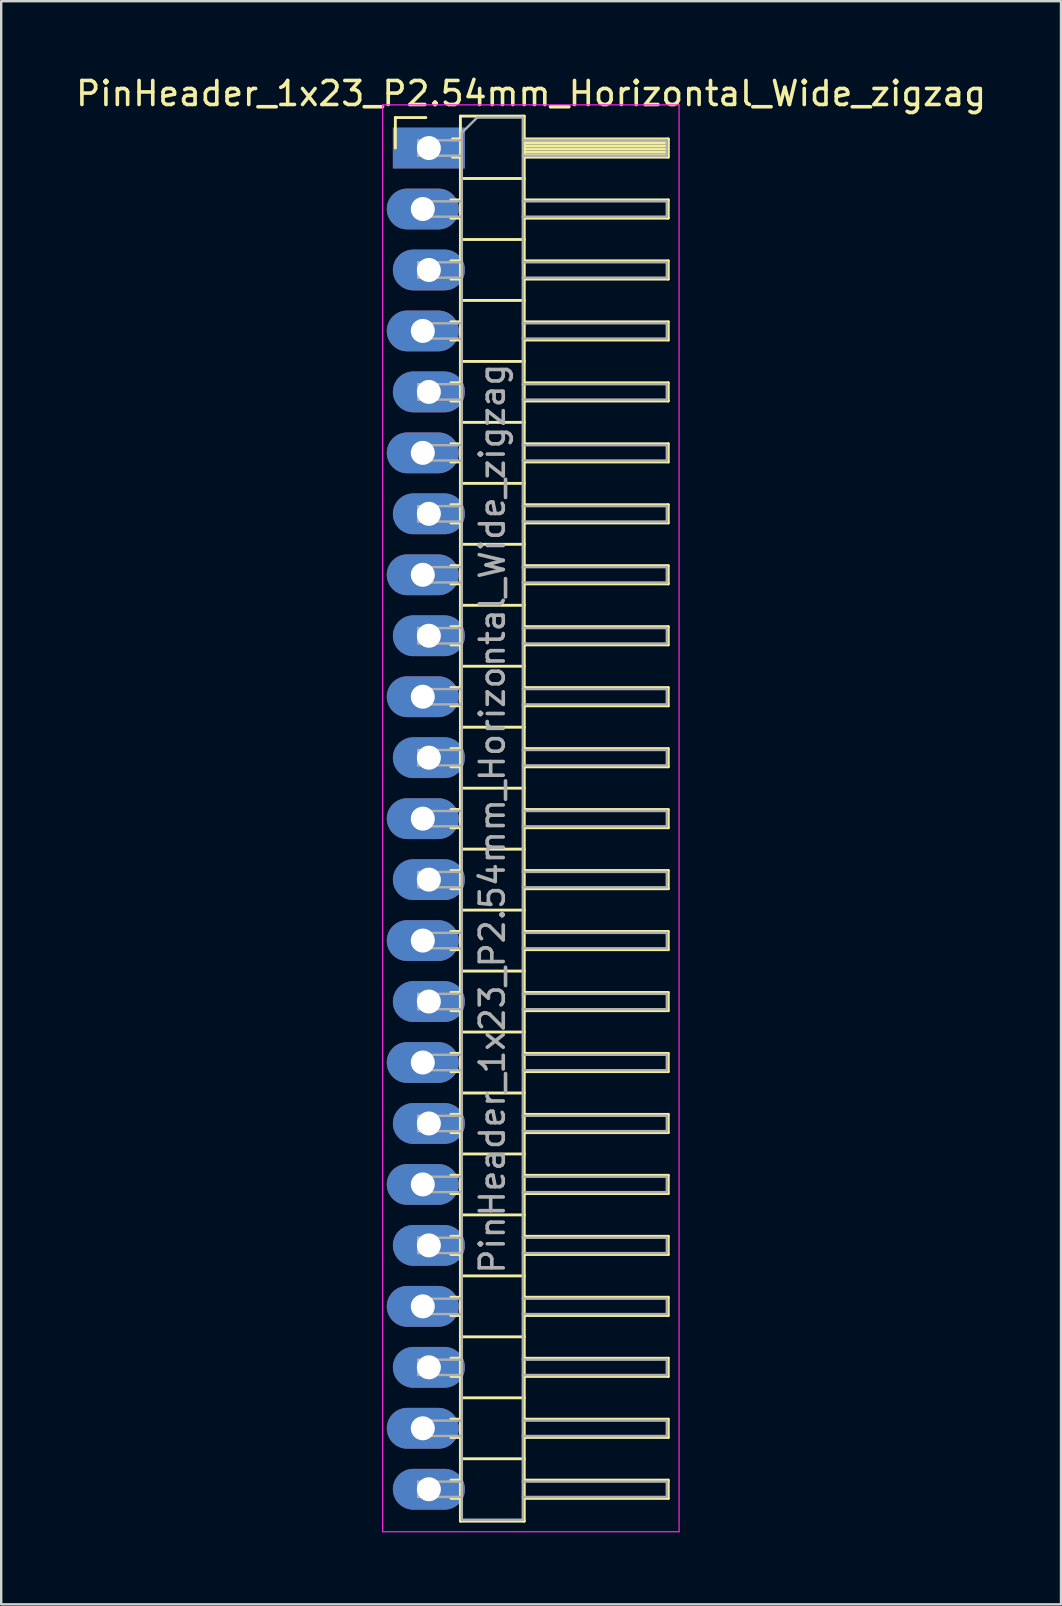
<source format=kicad_pcb>
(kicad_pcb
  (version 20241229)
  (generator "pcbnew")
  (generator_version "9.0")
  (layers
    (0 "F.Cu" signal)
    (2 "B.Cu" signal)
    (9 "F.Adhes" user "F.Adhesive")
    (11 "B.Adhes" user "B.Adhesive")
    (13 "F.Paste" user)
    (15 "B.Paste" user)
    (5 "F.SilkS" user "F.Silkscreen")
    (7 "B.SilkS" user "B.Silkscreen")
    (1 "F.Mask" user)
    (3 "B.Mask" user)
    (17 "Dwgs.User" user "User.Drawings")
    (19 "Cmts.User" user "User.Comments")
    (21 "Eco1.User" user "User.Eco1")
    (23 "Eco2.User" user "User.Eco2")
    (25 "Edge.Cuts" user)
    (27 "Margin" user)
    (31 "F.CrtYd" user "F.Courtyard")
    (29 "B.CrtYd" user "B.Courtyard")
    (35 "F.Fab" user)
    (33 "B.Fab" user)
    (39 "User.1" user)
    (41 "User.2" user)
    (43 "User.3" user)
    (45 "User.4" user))
  (footprint "PinHeader_1x23_P2.54mm_Horizontal_Wide_zigzag"
    (layer "F.Cu")
    (at 14.692 3.118)
    (property "Reference" "PinHeader_1x23_P2.54mm_Horizontal_Wide_zigzag" (at 4.385 -2.27 0) (layer "F.SilkS") (effects (font (size 1 1) (thickness 0.15))))
    (attr through_hole)
    (fp_line (start -1.27 -1.27) (end 0 -1.27) (stroke (width 0.12) (type solid)) (layer "F.SilkS"))
    (fp_line (start -1.27 0) (end -1.27 -1.27) (stroke (width 0.12) (type solid)) (layer "F.SilkS"))
    (fp_line (start 1.043 2.16) (end 1.44 2.16) (stroke (width 0.12) (type solid)) (layer "F.SilkS"))
    (fp_line (start 1.043 2.92) (end 1.44 2.92) (stroke (width 0.12) (type solid)) (layer "F.SilkS"))
    (fp_line (start 1.043 4.7) (end 1.44 4.7) (stroke (width 0.12) (type solid)) (layer "F.SilkS"))
    (fp_line (start 1.043 5.46) (end 1.44 5.46) (stroke (width 0.12) (type solid)) (layer "F.SilkS"))
    (fp_line (start 1.043 7.24) (end 1.44 7.24) (stroke (width 0.12) (type solid)) (layer "F.SilkS"))
    (fp_line (start 1.043 8) (end 1.44 8) (stroke (width 0.12) (type solid)) (layer "F.SilkS"))
    (fp_line (start 1.043 9.78) (end 1.44 9.78) (stroke (width 0.12) (type solid)) (layer "F.SilkS"))
    (fp_line (start 1.043 10.54) (end 1.44 10.54) (stroke (width 0.12) (type solid)) (layer "F.SilkS"))
    (fp_line (start 1.043 12.32) (end 1.44 12.32) (stroke (width 0.12) (type solid)) (layer "F.SilkS"))
    (fp_line (start 1.043 13.08) (end 1.44 13.08) (stroke (width 0.12) (type solid)) (layer "F.SilkS"))
    (fp_line (start 1.043 14.86) (end 1.44 14.86) (stroke (width 0.12) (type solid)) (layer "F.SilkS"))
    (fp_line (start 1.043 15.62) (end 1.44 15.62) (stroke (width 0.12) (type solid)) (layer "F.SilkS"))
    (fp_line (start 1.043 17.4) (end 1.44 17.4) (stroke (width 0.12) (type solid)) (layer "F.SilkS"))
    (fp_line (start 1.043 18.16) (end 1.44 18.16) (stroke (width 0.12) (type solid)) (layer "F.SilkS"))
    (fp_line (start 1.043 19.94) (end 1.44 19.94) (stroke (width 0.12) (type solid)) (layer "F.SilkS"))
    (fp_line (start 1.043 20.7) (end 1.44 20.7) (stroke (width 0.12) (type solid)) (layer "F.SilkS"))
    (fp_line (start 1.043 22.48) (end 1.44 22.48) (stroke (width 0.12) (type solid)) (layer "F.SilkS"))
    (fp_line (start 1.043 23.24) (end 1.44 23.24) (stroke (width 0.12) (type solid)) (layer "F.SilkS"))
    (fp_line (start 1.043 25.02) (end 1.44 25.02) (stroke (width 0.12) (type solid)) (layer "F.SilkS"))
    (fp_line (start 1.043 25.78) (end 1.44 25.78) (stroke (width 0.12) (type solid)) (layer "F.SilkS"))
    (fp_line (start 1.043 27.56) (end 1.44 27.56) (stroke (width 0.12) (type solid)) (layer "F.SilkS"))
    (fp_line (start 1.043 28.32) (end 1.44 28.32) (stroke (width 0.12) (type solid)) (layer "F.SilkS"))
    (fp_line (start 1.043 30.1) (end 1.44 30.1) (stroke (width 0.12) (type solid)) (layer "F.SilkS"))
    (fp_line (start 1.043 30.86) (end 1.44 30.86) (stroke (width 0.12) (type solid)) (layer "F.SilkS"))
    (fp_line (start 1.043 32.64) (end 1.44 32.64) (stroke (width 0.12) (type solid)) (layer "F.SilkS"))
    (fp_line (start 1.043 33.4) (end 1.44 33.4) (stroke (width 0.12) (type solid)) (layer "F.SilkS"))
    (fp_line (start 1.043 35.18) (end 1.44 35.18) (stroke (width 0.12) (type solid)) (layer "F.SilkS"))
    (fp_line (start 1.043 35.94) (end 1.44 35.94) (stroke (width 0.12) (type solid)) (layer "F.SilkS"))
    (fp_line (start 1.043 37.72) (end 1.44 37.72) (stroke (width 0.12) (type solid)) (layer "F.SilkS"))
    (fp_line (start 1.043 38.48) (end 1.44 38.48) (stroke (width 0.12) (type solid)) (layer "F.SilkS"))
    (fp_line (start 1.043 40.26) (end 1.44 40.26) (stroke (width 0.12) (type solid)) (layer "F.SilkS"))
    (fp_line (start 1.043 41.02) (end 1.44 41.02) (stroke (width 0.12) (type solid)) (layer "F.SilkS"))
    (fp_line (start 1.043 42.8) (end 1.44 42.8) (stroke (width 0.12) (type solid)) (layer "F.SilkS"))
    (fp_line (start 1.043 43.56) (end 1.44 43.56) (stroke (width 0.12) (type solid)) (layer "F.SilkS"))
    (fp_line (start 1.043 45.34) (end 1.44 45.34) (stroke (width 0.12) (type solid)) (layer "F.SilkS"))
    (fp_line (start 1.043 46.1) (end 1.44 46.1) (stroke (width 0.12) (type solid)) (layer "F.SilkS"))
    (fp_line (start 1.043 47.88) (end 1.44 47.88) (stroke (width 0.12) (type solid)) (layer "F.SilkS"))
    (fp_line (start 1.043 48.64) (end 1.44 48.64) (stroke (width 0.12) (type solid)) (layer "F.SilkS"))
    (fp_line (start 1.043 50.42) (end 1.44 50.42) (stroke (width 0.12) (type solid)) (layer "F.SilkS"))
    (fp_line (start 1.043 51.18) (end 1.44 51.18) (stroke (width 0.12) (type solid)) (layer "F.SilkS"))
    (fp_line (start 1.043 52.96) (end 1.44 52.96) (stroke (width 0.12) (type solid)) (layer "F.SilkS"))
    (fp_line (start 1.043 53.72) (end 1.44 53.72) (stroke (width 0.12) (type solid)) (layer "F.SilkS"))
    (fp_line (start 1.043 55.5) (end 1.44 55.5) (stroke (width 0.12) (type solid)) (layer "F.SilkS"))
    (fp_line (start 1.043 56.26) (end 1.44 56.26) (stroke (width 0.12) (type solid)) (layer "F.SilkS"))
    (fp_line (start 1.11 -0.38) (end 1.44 -0.38) (stroke (width 0.12) (type solid)) (layer "F.SilkS"))
    (fp_line (start 1.11 0.38) (end 1.44 0.38) (stroke (width 0.12) (type solid)) (layer "F.SilkS"))
    (fp_line (start 1.44 -1.33) (end 1.44 57.21) (stroke (width 0.12) (type solid)) (layer "F.SilkS"))
    (fp_line (start 1.44 1.27) (end 4.1 1.27) (stroke (width 0.12) (type solid)) (layer "F.SilkS"))
    (fp_line (start 1.44 3.81) (end 4.1 3.81) (stroke (width 0.12) (type solid)) (layer "F.SilkS"))
    (fp_line (start 1.44 6.35) (end 4.1 6.35) (stroke (width 0.12) (type solid)) (layer "F.SilkS"))
    (fp_line (start 1.44 8.89) (end 4.1 8.89) (stroke (width 0.12) (type solid)) (layer "F.SilkS"))
    (fp_line (start 1.44 11.43) (end 4.1 11.43) (stroke (width 0.12) (type solid)) (layer "F.SilkS"))
    (fp_line (start 1.44 13.97) (end 4.1 13.97) (stroke (width 0.12) (type solid)) (layer "F.SilkS"))
    (fp_line (start 1.44 16.51) (end 4.1 16.51) (stroke (width 0.12) (type solid)) (layer "F.SilkS"))
    (fp_line (start 1.44 19.05) (end 4.1 19.05) (stroke (width 0.12) (type solid)) (layer "F.SilkS"))
    (fp_line (start 1.44 21.59) (end 4.1 21.59) (stroke (width 0.12) (type solid)) (layer "F.SilkS"))
    (fp_line (start 1.44 24.13) (end 4.1 24.13) (stroke (width 0.12) (type solid)) (layer "F.SilkS"))
    (fp_line (start 1.44 26.67) (end 4.1 26.67) (stroke (width 0.12) (type solid)) (layer "F.SilkS"))
    (fp_line (start 1.44 29.21) (end 4.1 29.21) (stroke (width 0.12) (type solid)) (layer "F.SilkS"))
    (fp_line (start 1.44 31.75) (end 4.1 31.75) (stroke (width 0.12) (type solid)) (layer "F.SilkS"))
    (fp_line (start 1.44 34.29) (end 4.1 34.29) (stroke (width 0.12) (type solid)) (layer "F.SilkS"))
    (fp_line (start 1.44 36.83) (end 4.1 36.83) (stroke (width 0.12) (type solid)) (layer "F.SilkS"))
    (fp_line (start 1.44 39.37) (end 4.1 39.37) (stroke (width 0.12) (type solid)) (layer "F.SilkS"))
    (fp_line (start 1.44 41.91) (end 4.1 41.91) (stroke (width 0.12) (type solid)) (layer "F.SilkS"))
    (fp_line (start 1.44 44.45) (end 4.1 44.45) (stroke (width 0.12) (type solid)) (layer "F.SilkS"))
    (fp_line (start 1.44 46.99) (end 4.1 46.99) (stroke (width 0.12) (type solid)) (layer "F.SilkS"))
    (fp_line (start 1.44 49.53) (end 4.1 49.53) (stroke (width 0.12) (type solid)) (layer "F.SilkS"))
    (fp_line (start 1.44 52.07) (end 4.1 52.07) (stroke (width 0.12) (type solid)) (layer "F.SilkS"))
    (fp_line (start 1.44 54.61) (end 4.1 54.61) (stroke (width 0.12) (type solid)) (layer "F.SilkS"))
    (fp_line (start 1.44 57.21) (end 4.1 57.21) (stroke (width 0.12) (type solid)) (layer "F.SilkS"))
    (fp_line (start 4.1 -1.33) (end 1.44 -1.33) (stroke (width 0.12) (type solid)) (layer "F.SilkS"))
    (fp_line (start 4.1 -0.38) (end 10.1 -0.38) (stroke (width 0.12) (type solid)) (layer "F.SilkS"))
    (fp_line (start 4.1 -0.32) (end 10.1 -0.32) (stroke (width 0.12) (type solid)) (layer "F.SilkS"))
    (fp_line (start 4.1 -0.2) (end 10.1 -0.2) (stroke (width 0.12) (type solid)) (layer "F.SilkS"))
    (fp_line (start 4.1 -0.08) (end 10.1 -0.08) (stroke (width 0.12) (type solid)) (layer "F.SilkS"))
    (fp_line (start 4.1 0.04) (end 10.1 0.04) (stroke (width 0.12) (type solid)) (layer "F.SilkS"))
    (fp_line (start 4.1 0.16) (end 10.1 0.16) (stroke (width 0.12) (type solid)) (layer "F.SilkS"))
    (fp_line (start 4.1 0.28) (end 10.1 0.28) (stroke (width 0.12) (type solid)) (layer "F.SilkS"))
    (fp_line (start 4.1 2.16) (end 10.1 2.16) (stroke (width 0.12) (type solid)) (layer "F.SilkS"))
    (fp_line (start 4.1 4.7) (end 10.1 4.7) (stroke (width 0.12) (type solid)) (layer "F.SilkS"))
    (fp_line (start 4.1 7.24) (end 10.1 7.24) (stroke (width 0.12) (type solid)) (layer "F.SilkS"))
    (fp_line (start 4.1 9.78) (end 10.1 9.78) (stroke (width 0.12) (type solid)) (layer "F.SilkS"))
    (fp_line (start 4.1 12.32) (end 10.1 12.32) (stroke (width 0.12) (type solid)) (layer "F.SilkS"))
    (fp_line (start 4.1 14.86) (end 10.1 14.86) (stroke (width 0.12) (type solid)) (layer "F.SilkS"))
    (fp_line (start 4.1 17.4) (end 10.1 17.4) (stroke (width 0.12) (type solid)) (layer "F.SilkS"))
    (fp_line (start 4.1 19.94) (end 10.1 19.94) (stroke (width 0.12) (type solid)) (layer "F.SilkS"))
    (fp_line (start 4.1 22.48) (end 10.1 22.48) (stroke (width 0.12) (type solid)) (layer "F.SilkS"))
    (fp_line (start 4.1 25.02) (end 10.1 25.02) (stroke (width 0.12) (type solid)) (layer "F.SilkS"))
    (fp_line (start 4.1 27.56) (end 10.1 27.56) (stroke (width 0.12) (type solid)) (layer "F.SilkS"))
    (fp_line (start 4.1 30.1) (end 10.1 30.1) (stroke (width 0.12) (type solid)) (layer "F.SilkS"))
    (fp_line (start 4.1 32.64) (end 10.1 32.64) (stroke (width 0.12) (type solid)) (layer "F.SilkS"))
    (fp_line (start 4.1 35.18) (end 10.1 35.18) (stroke (width 0.12) (type solid)) (layer "F.SilkS"))
    (fp_line (start 4.1 37.72) (end 10.1 37.72) (stroke (width 0.12) (type solid)) (layer "F.SilkS"))
    (fp_line (start 4.1 40.26) (end 10.1 40.26) (stroke (width 0.12) (type solid)) (layer "F.SilkS"))
    (fp_line (start 4.1 42.8) (end 10.1 42.8) (stroke (width 0.12) (type solid)) (layer "F.SilkS"))
    (fp_line (start 4.1 45.34) (end 10.1 45.34) (stroke (width 0.12) (type solid)) (layer "F.SilkS"))
    (fp_line (start 4.1 47.88) (end 10.1 47.88) (stroke (width 0.12) (type solid)) (layer "F.SilkS"))
    (fp_line (start 4.1 50.42) (end 10.1 50.42) (stroke (width 0.12) (type solid)) (layer "F.SilkS"))
    (fp_line (start 4.1 52.96) (end 10.1 52.96) (stroke (width 0.12) (type solid)) (layer "F.SilkS"))
    (fp_line (start 4.1 55.5) (end 10.1 55.5) (stroke (width 0.12) (type solid)) (layer "F.SilkS"))
    (fp_line (start 4.1 57.21) (end 4.1 -1.33) (stroke (width 0.12) (type solid)) (layer "F.SilkS"))
    (fp_line (start 10.1 -0.38) (end 10.1 0.38) (stroke (width 0.12) (type solid)) (layer "F.SilkS"))
    (fp_line (start 10.1 0.38) (end 4.1 0.38) (stroke (width 0.12) (type solid)) (layer "F.SilkS"))
    (fp_line (start 10.1 2.16) (end 10.1 2.92) (stroke (width 0.12) (type solid)) (layer "F.SilkS"))
    (fp_line (start 10.1 2.92) (end 4.1 2.92) (stroke (width 0.12) (type solid)) (layer "F.SilkS"))
    (fp_line (start 10.1 4.7) (end 10.1 5.46) (stroke (width 0.12) (type solid)) (layer "F.SilkS"))
    (fp_line (start 10.1 5.46) (end 4.1 5.46) (stroke (width 0.12) (type solid)) (layer "F.SilkS"))
    (fp_line (start 10.1 7.24) (end 10.1 8) (stroke (width 0.12) (type solid)) (layer "F.SilkS"))
    (fp_line (start 10.1 8) (end 4.1 8) (stroke (width 0.12) (type solid)) (layer "F.SilkS"))
    (fp_line (start 10.1 9.78) (end 10.1 10.54) (stroke (width 0.12) (type solid)) (layer "F.SilkS"))
    (fp_line (start 10.1 10.54) (end 4.1 10.54) (stroke (width 0.12) (type solid)) (layer "F.SilkS"))
    (fp_line (start 10.1 12.32) (end 10.1 13.08) (stroke (width 0.12) (type solid)) (layer "F.SilkS"))
    (fp_line (start 10.1 13.08) (end 4.1 13.08) (stroke (width 0.12) (type solid)) (layer "F.SilkS"))
    (fp_line (start 10.1 14.86) (end 10.1 15.62) (stroke (width 0.12) (type solid)) (layer "F.SilkS"))
    (fp_line (start 10.1 15.62) (end 4.1 15.62) (stroke (width 0.12) (type solid)) (layer "F.SilkS"))
    (fp_line (start 10.1 17.4) (end 10.1 18.16) (stroke (width 0.12) (type solid)) (layer "F.SilkS"))
    (fp_line (start 10.1 18.16) (end 4.1 18.16) (stroke (width 0.12) (type solid)) (layer "F.SilkS"))
    (fp_line (start 10.1 19.94) (end 10.1 20.7) (stroke (width 0.12) (type solid)) (layer "F.SilkS"))
    (fp_line (start 10.1 20.7) (end 4.1 20.7) (stroke (width 0.12) (type solid)) (layer "F.SilkS"))
    (fp_line (start 10.1 22.48) (end 10.1 23.24) (stroke (width 0.12) (type solid)) (layer "F.SilkS"))
    (fp_line (start 10.1 23.24) (end 4.1 23.24) (stroke (width 0.12) (type solid)) (layer "F.SilkS"))
    (fp_line (start 10.1 25.02) (end 10.1 25.78) (stroke (width 0.12) (type solid)) (layer "F.SilkS"))
    (fp_line (start 10.1 25.78) (end 4.1 25.78) (stroke (width 0.12) (type solid)) (layer "F.SilkS"))
    (fp_line (start 10.1 27.56) (end 10.1 28.32) (stroke (width 0.12) (type solid)) (layer "F.SilkS"))
    (fp_line (start 10.1 28.32) (end 4.1 28.32) (stroke (width 0.12) (type solid)) (layer "F.SilkS"))
    (fp_line (start 10.1 30.1) (end 10.1 30.86) (stroke (width 0.12) (type solid)) (layer "F.SilkS"))
    (fp_line (start 10.1 30.86) (end 4.1 30.86) (stroke (width 0.12) (type solid)) (layer "F.SilkS"))
    (fp_line (start 10.1 32.64) (end 10.1 33.4) (stroke (width 0.12) (type solid)) (layer "F.SilkS"))
    (fp_line (start 10.1 33.4) (end 4.1 33.4) (stroke (width 0.12) (type solid)) (layer "F.SilkS"))
    (fp_line (start 10.1 35.18) (end 10.1 35.94) (stroke (width 0.12) (type solid)) (layer "F.SilkS"))
    (fp_line (start 10.1 35.94) (end 4.1 35.94) (stroke (width 0.12) (type solid)) (layer "F.SilkS"))
    (fp_line (start 10.1 37.72) (end 10.1 38.48) (stroke (width 0.12) (type solid)) (layer "F.SilkS"))
    (fp_line (start 10.1 38.48) (end 4.1 38.48) (stroke (width 0.12) (type solid)) (layer "F.SilkS"))
    (fp_line (start 10.1 40.26) (end 10.1 41.02) (stroke (width 0.12) (type solid)) (layer "F.SilkS"))
    (fp_line (start 10.1 41.02) (end 4.1 41.02) (stroke (width 0.12) (type solid)) (layer "F.SilkS"))
    (fp_line (start 10.1 42.8) (end 10.1 43.56) (stroke (width 0.12) (type solid)) (layer "F.SilkS"))
    (fp_line (start 10.1 43.56) (end 4.1 43.56) (stroke (width 0.12) (type solid)) (layer "F.SilkS"))
    (fp_line (start 10.1 45.34) (end 10.1 46.1) (stroke (width 0.12) (type solid)) (layer "F.SilkS"))
    (fp_line (start 10.1 46.1) (end 4.1 46.1) (stroke (width 0.12) (type solid)) (layer "F.SilkS"))
    (fp_line (start 10.1 47.88) (end 10.1 48.64) (stroke (width 0.12) (type solid)) (layer "F.SilkS"))
    (fp_line (start 10.1 48.64) (end 4.1 48.64) (stroke (width 0.12) (type solid)) (layer "F.SilkS"))
    (fp_line (start 10.1 50.42) (end 10.1 51.18) (stroke (width 0.12) (type solid)) (layer "F.SilkS"))
    (fp_line (start 10.1 51.18) (end 4.1 51.18) (stroke (width 0.12) (type solid)) (layer "F.SilkS"))
    (fp_line (start 10.1 52.96) (end 10.1 53.72) (stroke (width 0.12) (type solid)) (layer "F.SilkS"))
    (fp_line (start 10.1 53.72) (end 4.1 53.72) (stroke (width 0.12) (type solid)) (layer "F.SilkS"))
    (fp_line (start 10.1 55.5) (end 10.1 56.26) (stroke (width 0.12) (type solid)) (layer "F.SilkS"))
    (fp_line (start 10.1 56.26) (end 4.1 56.26) (stroke (width 0.12) (type solid)) (layer "F.SilkS"))
    (fp_line (start -1.8 -1.8) (end -1.8 57.65) (stroke (width 0.05) (type solid)) (layer "F.CrtYd"))
    (fp_line (start -1.8 57.65) (end 10.55 57.65) (stroke (width 0.05) (type solid)) (layer "F.CrtYd"))
    (fp_line (start 10.55 -1.8) (end -1.8 -1.8) (stroke (width 0.05) (type solid)) (layer "F.CrtYd"))
    (fp_line (start 10.55 57.65) (end 10.55 -1.8) (stroke (width 0.05) (type solid)) (layer "F.CrtYd"))
    (fp_line (start -0.32 -0.32) (end -0.32 0.32) (stroke (width 0.1) (type solid)) (layer "F.Fab"))
    (fp_line (start -0.32 -0.32) (end 1.5 -0.32) (stroke (width 0.1) (type solid)) (layer "F.Fab"))
    (fp_line (start -0.32 0.32) (end 1.5 0.32) (stroke (width 0.1) (type solid)) (layer "F.Fab"))
    (fp_line (start -0.32 2.22) (end -0.32 2.86) (stroke (width 0.1) (type solid)) (layer "F.Fab"))
    (fp_line (start -0.32 2.22) (end 1.5 2.22) (stroke (width 0.1) (type solid)) (layer "F.Fab"))
    (fp_line (start -0.32 2.86) (end 1.5 2.86) (stroke (width 0.1) (type solid)) (layer "F.Fab"))
    (fp_line (start -0.32 4.76) (end -0.32 5.4) (stroke (width 0.1) (type solid)) (layer "F.Fab"))
    (fp_line (start -0.32 4.76) (end 1.5 4.76) (stroke (width 0.1) (type solid)) (layer "F.Fab"))
    (fp_line (start -0.32 5.4) (end 1.5 5.4) (stroke (width 0.1) (type solid)) (layer "F.Fab"))
    (fp_line (start -0.32 7.3) (end -0.32 7.94) (stroke (width 0.1) (type solid)) (layer "F.Fab"))
    (fp_line (start -0.32 7.3) (end 1.5 7.3) (stroke (width 0.1) (type solid)) (layer "F.Fab"))
    (fp_line (start -0.32 7.94) (end 1.5 7.94) (stroke (width 0.1) (type solid)) (layer "F.Fab"))
    (fp_line (start -0.32 9.84) (end -0.32 10.48) (stroke (width 0.1) (type solid)) (layer "F.Fab"))
    (fp_line (start -0.32 9.84) (end 1.5 9.84) (stroke (width 0.1) (type solid)) (layer "F.Fab"))
    (fp_line (start -0.32 10.48) (end 1.5 10.48) (stroke (width 0.1) (type solid)) (layer "F.Fab"))
    (fp_line (start -0.32 12.38) (end -0.32 13.02) (stroke (width 0.1) (type solid)) (layer "F.Fab"))
    (fp_line (start -0.32 12.38) (end 1.5 12.38) (stroke (width 0.1) (type solid)) (layer "F.Fab"))
    (fp_line (start -0.32 13.02) (end 1.5 13.02) (stroke (width 0.1) (type solid)) (layer "F.Fab"))
    (fp_line (start -0.32 14.92) (end -0.32 15.56) (stroke (width 0.1) (type solid)) (layer "F.Fab"))
    (fp_line (start -0.32 14.92) (end 1.5 14.92) (stroke (width 0.1) (type solid)) (layer "F.Fab"))
    (fp_line (start -0.32 15.56) (end 1.5 15.56) (stroke (width 0.1) (type solid)) (layer "F.Fab"))
    (fp_line (start -0.32 17.46) (end -0.32 18.1) (stroke (width 0.1) (type solid)) (layer "F.Fab"))
    (fp_line (start -0.32 17.46) (end 1.5 17.46) (stroke (width 0.1) (type solid)) (layer "F.Fab"))
    (fp_line (start -0.32 18.1) (end 1.5 18.1) (stroke (width 0.1) (type solid)) (layer "F.Fab"))
    (fp_line (start -0.32 20) (end -0.32 20.64) (stroke (width 0.1) (type solid)) (layer "F.Fab"))
    (fp_line (start -0.32 20) (end 1.5 20) (stroke (width 0.1) (type solid)) (layer "F.Fab"))
    (fp_line (start -0.32 20.64) (end 1.5 20.64) (stroke (width 0.1) (type solid)) (layer "F.Fab"))
    (fp_line (start -0.32 22.54) (end -0.32 23.18) (stroke (width 0.1) (type solid)) (layer "F.Fab"))
    (fp_line (start -0.32 22.54) (end 1.5 22.54) (stroke (width 0.1) (type solid)) (layer "F.Fab"))
    (fp_line (start -0.32 23.18) (end 1.5 23.18) (stroke (width 0.1) (type solid)) (layer "F.Fab"))
    (fp_line (start -0.32 25.08) (end -0.32 25.72) (stroke (width 0.1) (type solid)) (layer "F.Fab"))
    (fp_line (start -0.32 25.08) (end 1.5 25.08) (stroke (width 0.1) (type solid)) (layer "F.Fab"))
    (fp_line (start -0.32 25.72) (end 1.5 25.72) (stroke (width 0.1) (type solid)) (layer "F.Fab"))
    (fp_line (start -0.32 27.62) (end -0.32 28.26) (stroke (width 0.1) (type solid)) (layer "F.Fab"))
    (fp_line (start -0.32 27.62) (end 1.5 27.62) (stroke (width 0.1) (type solid)) (layer "F.Fab"))
    (fp_line (start -0.32 28.26) (end 1.5 28.26) (stroke (width 0.1) (type solid)) (layer "F.Fab"))
    (fp_line (start -0.32 30.16) (end -0.32 30.8) (stroke (width 0.1) (type solid)) (layer "F.Fab"))
    (fp_line (start -0.32 30.16) (end 1.5 30.16) (stroke (width 0.1) (type solid)) (layer "F.Fab"))
    (fp_line (start -0.32 30.8) (end 1.5 30.8) (stroke (width 0.1) (type solid)) (layer "F.Fab"))
    (fp_line (start -0.32 32.7) (end -0.32 33.34) (stroke (width 0.1) (type solid)) (layer "F.Fab"))
    (fp_line (start -0.32 32.7) (end 1.5 32.7) (stroke (width 0.1) (type solid)) (layer "F.Fab"))
    (fp_line (start -0.32 33.34) (end 1.5 33.34) (stroke (width 0.1) (type solid)) (layer "F.Fab"))
    (fp_line (start -0.32 35.24) (end -0.32 35.88) (stroke (width 0.1) (type solid)) (layer "F.Fab"))
    (fp_line (start -0.32 35.24) (end 1.5 35.24) (stroke (width 0.1) (type solid)) (layer "F.Fab"))
    (fp_line (start -0.32 35.88) (end 1.5 35.88) (stroke (width 0.1) (type solid)) (layer "F.Fab"))
    (fp_line (start -0.32 37.78) (end -0.32 38.42) (stroke (width 0.1) (type solid)) (layer "F.Fab"))
    (fp_line (start -0.32 37.78) (end 1.5 37.78) (stroke (width 0.1) (type solid)) (layer "F.Fab"))
    (fp_line (start -0.32 38.42) (end 1.5 38.42) (stroke (width 0.1) (type solid)) (layer "F.Fab"))
    (fp_line (start -0.32 40.32) (end -0.32 40.96) (stroke (width 0.1) (type solid)) (layer "F.Fab"))
    (fp_line (start -0.32 40.32) (end 1.5 40.32) (stroke (width 0.1) (type solid)) (layer "F.Fab"))
    (fp_line (start -0.32 40.96) (end 1.5 40.96) (stroke (width 0.1) (type solid)) (layer "F.Fab"))
    (fp_line (start -0.32 42.86) (end -0.32 43.5) (stroke (width 0.1) (type solid)) (layer "F.Fab"))
    (fp_line (start -0.32 42.86) (end 1.5 42.86) (stroke (width 0.1) (type solid)) (layer "F.Fab"))
    (fp_line (start -0.32 43.5) (end 1.5 43.5) (stroke (width 0.1) (type solid)) (layer "F.Fab"))
    (fp_line (start -0.32 45.4) (end -0.32 46.04) (stroke (width 0.1) (type solid)) (layer "F.Fab"))
    (fp_line (start -0.32 45.4) (end 1.5 45.4) (stroke (width 0.1) (type solid)) (layer "F.Fab"))
    (fp_line (start -0.32 46.04) (end 1.5 46.04) (stroke (width 0.1) (type solid)) (layer "F.Fab"))
    (fp_line (start -0.32 47.94) (end -0.32 48.58) (stroke (width 0.1) (type solid)) (layer "F.Fab"))
    (fp_line (start -0.32 47.94) (end 1.5 47.94) (stroke (width 0.1) (type solid)) (layer "F.Fab"))
    (fp_line (start -0.32 48.58) (end 1.5 48.58) (stroke (width 0.1) (type solid)) (layer "F.Fab"))
    (fp_line (start -0.32 50.48) (end -0.32 51.12) (stroke (width 0.1) (type solid)) (layer "F.Fab"))
    (fp_line (start -0.32 50.48) (end 1.5 50.48) (stroke (width 0.1) (type solid)) (layer "F.Fab"))
    (fp_line (start -0.32 51.12) (end 1.5 51.12) (stroke (width 0.1) (type solid)) (layer "F.Fab"))
    (fp_line (start -0.32 53.02) (end -0.32 53.66) (stroke (width 0.1) (type solid)) (layer "F.Fab"))
    (fp_line (start -0.32 53.02) (end 1.5 53.02) (stroke (width 0.1) (type solid)) (layer "F.Fab"))
    (fp_line (start -0.32 53.66) (end 1.5 53.66) (stroke (width 0.1) (type solid)) (layer "F.Fab"))
    (fp_line (start -0.32 55.56) (end -0.32 56.2) (stroke (width 0.1) (type solid)) (layer "F.Fab"))
    (fp_line (start -0.32 55.56) (end 1.5 55.56) (stroke (width 0.1) (type solid)) (layer "F.Fab"))
    (fp_line (start -0.32 56.2) (end 1.5 56.2) (stroke (width 0.1) (type solid)) (layer "F.Fab"))
    (fp_line (start 1.5 -0.635) (end 2.135 -1.27) (stroke (width 0.1) (type solid)) (layer "F.Fab"))
    (fp_line (start 1.5 57.15) (end 1.5 -0.635) (stroke (width 0.1) (type solid)) (layer "F.Fab"))
    (fp_line (start 2.135 -1.27) (end 4.04 -1.27) (stroke (width 0.1) (type solid)) (layer "F.Fab"))
    (fp_line (start 4.04 -1.27) (end 4.04 57.15) (stroke (width 0.1) (type solid)) (layer "F.Fab"))
    (fp_line (start 4.04 -0.32) (end 10.04 -0.32) (stroke (width 0.1) (type solid)) (layer "F.Fab"))
    (fp_line (start 4.04 0.32) (end 10.04 0.32) (stroke (width 0.1) (type solid)) (layer "F.Fab"))
    (fp_line (start 4.04 2.22) (end 10.04 2.22) (stroke (width 0.1) (type solid)) (layer "F.Fab"))
    (fp_line (start 4.04 2.86) (end 10.04 2.86) (stroke (width 0.1) (type solid)) (layer "F.Fab"))
    (fp_line (start 4.04 4.76) (end 10.04 4.76) (stroke (width 0.1) (type solid)) (layer "F.Fab"))
    (fp_line (start 4.04 5.4) (end 10.04 5.4) (stroke (width 0.1) (type solid)) (layer "F.Fab"))
    (fp_line (start 4.04 7.3) (end 10.04 7.3) (stroke (width 0.1) (type solid)) (layer "F.Fab"))
    (fp_line (start 4.04 7.94) (end 10.04 7.94) (stroke (width 0.1) (type solid)) (layer "F.Fab"))
    (fp_line (start 4.04 9.84) (end 10.04 9.84) (stroke (width 0.1) (type solid)) (layer "F.Fab"))
    (fp_line (start 4.04 10.48) (end 10.04 10.48) (stroke (width 0.1) (type solid)) (layer "F.Fab"))
    (fp_line (start 4.04 12.38) (end 10.04 12.38) (stroke (width 0.1) (type solid)) (layer "F.Fab"))
    (fp_line (start 4.04 13.02) (end 10.04 13.02) (stroke (width 0.1) (type solid)) (layer "F.Fab"))
    (fp_line (start 4.04 14.92) (end 10.04 14.92) (stroke (width 0.1) (type solid)) (layer "F.Fab"))
    (fp_line (start 4.04 15.56) (end 10.04 15.56) (stroke (width 0.1) (type solid)) (layer "F.Fab"))
    (fp_line (start 4.04 17.46) (end 10.04 17.46) (stroke (width 0.1) (type solid)) (layer "F.Fab"))
    (fp_line (start 4.04 18.1) (end 10.04 18.1) (stroke (width 0.1) (type solid)) (layer "F.Fab"))
    (fp_line (start 4.04 20) (end 10.04 20) (stroke (width 0.1) (type solid)) (layer "F.Fab"))
    (fp_line (start 4.04 20.64) (end 10.04 20.64) (stroke (width 0.1) (type solid)) (layer "F.Fab"))
    (fp_line (start 4.04 22.54) (end 10.04 22.54) (stroke (width 0.1) (type solid)) (layer "F.Fab"))
    (fp_line (start 4.04 23.18) (end 10.04 23.18) (stroke (width 0.1) (type solid)) (layer "F.Fab"))
    (fp_line (start 4.04 25.08) (end 10.04 25.08) (stroke (width 0.1) (type solid)) (layer "F.Fab"))
    (fp_line (start 4.04 25.72) (end 10.04 25.72) (stroke (width 0.1) (type solid)) (layer "F.Fab"))
    (fp_line (start 4.04 27.62) (end 10.04 27.62) (stroke (width 0.1) (type solid)) (layer "F.Fab"))
    (fp_line (start 4.04 28.26) (end 10.04 28.26) (stroke (width 0.1) (type solid)) (layer "F.Fab"))
    (fp_line (start 4.04 30.16) (end 10.04 30.16) (stroke (width 0.1) (type solid)) (layer "F.Fab"))
    (fp_line (start 4.04 30.8) (end 10.04 30.8) (stroke (width 0.1) (type solid)) (layer "F.Fab"))
    (fp_line (start 4.04 32.7) (end 10.04 32.7) (stroke (width 0.1) (type solid)) (layer "F.Fab"))
    (fp_line (start 4.04 33.34) (end 10.04 33.34) (stroke (width 0.1) (type solid)) (layer "F.Fab"))
    (fp_line (start 4.04 35.24) (end 10.04 35.24) (stroke (width 0.1) (type solid)) (layer "F.Fab"))
    (fp_line (start 4.04 35.88) (end 10.04 35.88) (stroke (width 0.1) (type solid)) (layer "F.Fab"))
    (fp_line (start 4.04 37.78) (end 10.04 37.78) (stroke (width 0.1) (type solid)) (layer "F.Fab"))
    (fp_line (start 4.04 38.42) (end 10.04 38.42) (stroke (width 0.1) (type solid)) (layer "F.Fab"))
    (fp_line (start 4.04 40.32) (end 10.04 40.32) (stroke (width 0.1) (type solid)) (layer "F.Fab"))
    (fp_line (start 4.04 40.96) (end 10.04 40.96) (stroke (width 0.1) (type solid)) (layer "F.Fab"))
    (fp_line (start 4.04 42.86) (end 10.04 42.86) (stroke (width 0.1) (type solid)) (layer "F.Fab"))
    (fp_line (start 4.04 43.5) (end 10.04 43.5) (stroke (width 0.1) (type solid)) (layer "F.Fab"))
    (fp_line (start 4.04 45.4) (end 10.04 45.4) (stroke (width 0.1) (type solid)) (layer "F.Fab"))
    (fp_line (start 4.04 46.04) (end 10.04 46.04) (stroke (width 0.1) (type solid)) (layer "F.Fab"))
    (fp_line (start 4.04 47.94) (end 10.04 47.94) (stroke (width 0.1) (type solid)) (layer "F.Fab"))
    (fp_line (start 4.04 48.58) (end 10.04 48.58) (stroke (width 0.1) (type solid)) (layer "F.Fab"))
    (fp_line (start 4.04 50.48) (end 10.04 50.48) (stroke (width 0.1) (type solid)) (layer "F.Fab"))
    (fp_line (start 4.04 51.12) (end 10.04 51.12) (stroke (width 0.1) (type solid)) (layer "F.Fab"))
    (fp_line (start 4.04 53.02) (end 10.04 53.02) (stroke (width 0.1) (type solid)) (layer "F.Fab"))
    (fp_line (start 4.04 53.66) (end 10.04 53.66) (stroke (width 0.1) (type solid)) (layer "F.Fab"))
    (fp_line (start 4.04 55.56) (end 10.04 55.56) (stroke (width 0.1) (type solid)) (layer "F.Fab"))
    (fp_line (start 4.04 56.2) (end 10.04 56.2) (stroke (width 0.1) (type solid)) (layer "F.Fab"))
    (fp_line (start 4.04 57.15) (end 1.5 57.15) (stroke (width 0.1) (type solid)) (layer "F.Fab"))
    (fp_line (start 10.04 -0.32) (end 10.04 0.32) (stroke (width 0.1) (type solid)) (layer "F.Fab"))
    (fp_line (start 10.04 2.22) (end 10.04 2.86) (stroke (width 0.1) (type solid)) (layer "F.Fab"))
    (fp_line (start 10.04 4.76) (end 10.04 5.4) (stroke (width 0.1) (type solid)) (layer "F.Fab"))
    (fp_line (start 10.04 7.3) (end 10.04 7.94) (stroke (width 0.1) (type solid)) (layer "F.Fab"))
    (fp_line (start 10.04 9.84) (end 10.04 10.48) (stroke (width 0.1) (type solid)) (layer "F.Fab"))
    (fp_line (start 10.04 12.38) (end 10.04 13.02) (stroke (width 0.1) (type solid)) (layer "F.Fab"))
    (fp_line (start 10.04 14.92) (end 10.04 15.56) (stroke (width 0.1) (type solid)) (layer "F.Fab"))
    (fp_line (start 10.04 17.46) (end 10.04 18.1) (stroke (width 0.1) (type solid)) (layer "F.Fab"))
    (fp_line (start 10.04 20) (end 10.04 20.64) (stroke (width 0.1) (type solid)) (layer "F.Fab"))
    (fp_line (start 10.04 22.54) (end 10.04 23.18) (stroke (width 0.1) (type solid)) (layer "F.Fab"))
    (fp_line (start 10.04 25.08) (end 10.04 25.72) (stroke (width 0.1) (type solid)) (layer "F.Fab"))
    (fp_line (start 10.04 27.62) (end 10.04 28.26) (stroke (width 0.1) (type solid)) (layer "F.Fab"))
    (fp_line (start 10.04 30.16) (end 10.04 30.8) (stroke (width 0.1) (type solid)) (layer "F.Fab"))
    (fp_line (start 10.04 32.7) (end 10.04 33.34) (stroke (width 0.1) (type solid)) (layer "F.Fab"))
    (fp_line (start 10.04 35.24) (end 10.04 35.88) (stroke (width 0.1) (type solid)) (layer "F.Fab"))
    (fp_line (start 10.04 37.78) (end 10.04 38.42) (stroke (width 0.1) (type solid)) (layer "F.Fab"))
    (fp_line (start 10.04 40.32) (end 10.04 40.96) (stroke (width 0.1) (type solid)) (layer "F.Fab"))
    (fp_line (start 10.04 42.86) (end 10.04 43.5) (stroke (width 0.1) (type solid)) (layer "F.Fab"))
    (fp_line (start 10.04 45.4) (end 10.04 46.04) (stroke (width 0.1) (type solid)) (layer "F.Fab"))
    (fp_line (start 10.04 47.94) (end 10.04 48.58) (stroke (width 0.1) (type solid)) (layer "F.Fab"))
    (fp_line (start 10.04 50.48) (end 10.04 51.12) (stroke (width 0.1) (type solid)) (layer "F.Fab"))
    (fp_line (start 10.04 53.02) (end 10.04 53.66) (stroke (width 0.1) (type solid)) (layer "F.Fab"))
    (fp_line (start 10.04 55.56) (end 10.04 56.2) (stroke (width 0.1) (type solid)) (layer "F.Fab"))
    (fp_text user "${REFERENCE}" (at 2.77 27.94 90) (layer "F.Fab") (effects (font (size 1 1) (thickness 0.15))))
    (pad "1" thru_hole rect (at 0.127 0) (size 3 1.7) (drill 1) (layers "*.Cu" "*.Mask"))
    (pad "2" thru_hole oval (at -0.127 2.54) (size 3 1.7) (drill 1) (layers "*.Cu" "*.Mask"))
    (pad "3" thru_hole oval (at 0.127 5.08) (size 3 1.7) (drill 1) (layers "*.Cu" "*.Mask"))
    (pad "4" thru_hole oval (at -0.127 7.62) (size 3 1.7) (drill 1) (layers "*.Cu" "*.Mask"))
    (pad "5" thru_hole oval (at 0.127 10.16) (size 3 1.7) (drill 1) (layers "*.Cu" "*.Mask"))
    (pad "6" thru_hole oval (at -0.127 12.7) (size 3 1.7) (drill 1) (layers "*.Cu" "*.Mask"))
    (pad "7" thru_hole oval (at 0.127 15.24) (size 3 1.7) (drill 1) (layers "*.Cu" "*.Mask"))
    (pad "8" thru_hole oval (at -0.127 17.78) (size 3 1.7) (drill 1) (layers "*.Cu" "*.Mask"))
    (pad "9" thru_hole oval (at 0.127 20.32) (size 3 1.7) (drill 1) (layers "*.Cu" "*.Mask"))
    (pad "10" thru_hole oval (at -0.127 22.86) (size 3 1.7) (drill 1) (layers "*.Cu" "*.Mask"))
    (pad "11" thru_hole oval (at 0.127 25.4) (size 3 1.7) (drill 1) (layers "*.Cu" "*.Mask"))
    (pad "12" thru_hole oval (at -0.127 27.94) (size 3 1.7) (drill 1) (layers "*.Cu" "*.Mask"))
    (pad "13" thru_hole oval (at 0.127 30.48) (size 3 1.7) (drill 1) (layers "*.Cu" "*.Mask"))
    (pad "14" thru_hole oval (at -0.127 33.02) (size 3 1.7) (drill 1) (layers "*.Cu" "*.Mask"))
    (pad "15" thru_hole oval (at 0.127 35.56) (size 3 1.7) (drill 1) (layers "*.Cu" "*.Mask"))
    (pad "16" thru_hole oval (at -0.127 38.1) (size 3 1.7) (drill 1) (layers "*.Cu" "*.Mask"))
    (pad "17" thru_hole oval (at 0.127 40.64) (size 3 1.7) (drill 1) (layers "*.Cu" "*.Mask"))
    (pad "18" thru_hole oval (at -0.127 43.18) (size 3 1.7) (drill 1) (layers "*.Cu" "*.Mask"))
    (pad "19" thru_hole oval (at 0.127 45.72) (size 3 1.7) (drill 1) (layers "*.Cu" "*.Mask"))
    (pad "20" thru_hole oval (at -0.127 48.26) (size 3 1.7) (drill 1) (layers "*.Cu" "*.Mask"))
    (pad "21" thru_hole oval (at 0.127 50.8) (size 3 1.7) (drill 1) (layers "*.Cu" "*.Mask"))
    (pad "22" thru_hole oval (at -0.127 53.34) (size 3 1.7) (drill 1) (layers "*.Cu" "*.Mask"))
    (pad "23" thru_hole oval (at 0.127 55.88) (size 3 1.7) (drill 1) (layers "*.Cu" "*.Mask")))
  (gr_rect
    (start -3 -3)
    (end 41.155 63.793)
    (stroke (width 0.1) (type default))
    (fill no)
    (layer "Edge.Cuts")))
</source>
